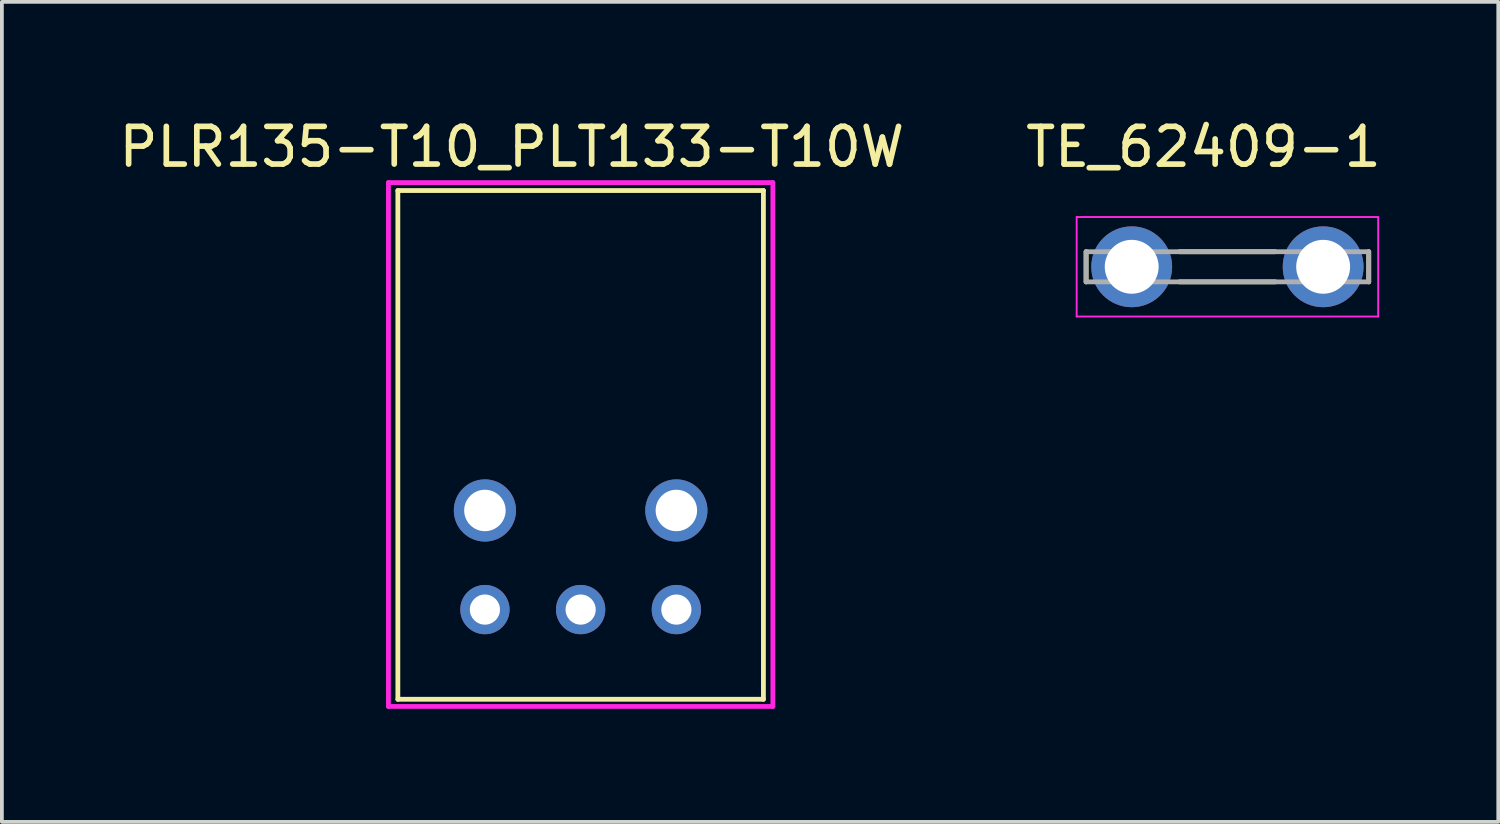
<source format=kicad_pcb>
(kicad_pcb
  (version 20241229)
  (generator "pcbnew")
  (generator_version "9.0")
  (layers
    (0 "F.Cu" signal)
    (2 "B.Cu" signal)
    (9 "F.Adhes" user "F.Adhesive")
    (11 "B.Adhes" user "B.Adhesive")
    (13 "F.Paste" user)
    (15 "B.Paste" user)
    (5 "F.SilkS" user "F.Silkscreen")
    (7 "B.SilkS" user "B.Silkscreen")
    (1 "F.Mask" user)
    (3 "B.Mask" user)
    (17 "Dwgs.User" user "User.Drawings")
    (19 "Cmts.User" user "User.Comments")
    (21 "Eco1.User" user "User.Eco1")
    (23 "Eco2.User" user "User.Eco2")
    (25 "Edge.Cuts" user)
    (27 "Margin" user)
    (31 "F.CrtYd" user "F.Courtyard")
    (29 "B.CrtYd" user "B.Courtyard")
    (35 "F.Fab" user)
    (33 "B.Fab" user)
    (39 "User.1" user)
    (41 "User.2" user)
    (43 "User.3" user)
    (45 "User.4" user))
  (footprint "TE_62409-1"
    (layer "F.Cu")
    (at 29.519 4.029)
    (property "Reference" "TE_62409-1" (at -0.636 -3.18 0) (layer "F.SilkS") (effects (font (size 1.002 1.002) (thickness 0.15))))
    (attr through_hole)
    (fp_line (start -3.75 -0.4) (end -3.75 0.4) (stroke (width 0.127) (type solid)) (layer "F.SilkS"))
    (fp_line (start -1.27 -0.4) (end 1.27 -0.4) (stroke (width 0.127) (type solid)) (layer "F.SilkS"))
    (fp_line (start -1.27 0.4) (end 1.27 0.4) (stroke (width 0.127) (type solid)) (layer "F.SilkS"))
    (fp_line (start 3.75 -0.4) (end 3.75 0.4) (stroke (width 0.127) (type solid)) (layer "F.SilkS"))
    (fp_line (start -4 -1.32) (end 4 -1.32) (stroke (width 0.05) (type solid)) (layer "F.CrtYd"))
    (fp_line (start -4 1.32) (end -4 -1.32) (stroke (width 0.05) (type solid)) (layer "F.CrtYd"))
    (fp_line (start 4 -1.32) (end 4 1.32) (stroke (width 0.05) (type solid)) (layer "F.CrtYd"))
    (fp_line (start 4 1.32) (end -4 1.32) (stroke (width 0.05) (type solid)) (layer "F.CrtYd"))
    (fp_line (start -3.75 -0.4) (end 3.75 -0.4) (stroke (width 0.127) (type solid)) (layer "F.Fab"))
    (fp_line (start -3.75 0.4) (end -3.75 -0.4) (stroke (width 0.127) (type solid)) (layer "F.Fab"))
    (fp_line (start 3.75 -0.4) (end 3.75 0.4) (stroke (width 0.127) (type solid)) (layer "F.Fab"))
    (fp_line (start 3.75 0.4) (end -3.75 0.4) (stroke (width 0.127) (type solid)) (layer "F.Fab"))
    (pad "1" thru_hole circle (at -2.54 0) (size 2.145 2.145) (drill 1.43) (layers "*.Cu" "*.Mask"))
    (pad "2" thru_hole circle (at 2.54 0) (size 2.145 2.145) (drill 1.43) (layers "*.Cu" "*.Mask")))
  (footprint "PLR135-T10_PLT133-T10W"
    (layer "F.Cu")
    (at 12.357 10.495)
    (property "Reference" "PLR135-T10_PLT133-T10W" (at -1.827 -9.647 0) (layer "F.SilkS") (effects (font (size 1 1) (thickness 0.15))))
    (attr through_hole)
    (fp_line (start -4.85 -8.49) (end -4.85 5.01) (stroke (width 0.127) (type solid)) (layer "F.SilkS"))
    (fp_line (start 4.85 -8.49) (end -4.85 -8.49) (stroke (width 0.127) (type solid)) (layer "F.SilkS"))
    (fp_line (start 4.85 -8.49) (end 4.85 5.01) (stroke (width 0.127) (type solid)) (layer "F.SilkS"))
    (fp_line (start 4.85 5.01) (end -4.85 5.01) (stroke (width 0.127) (type solid)) (layer "F.SilkS"))
    (fp_line (start -5.1 -8.7) (end 5.1 -8.7) (stroke (width 0.127) (type solid)) (layer "F.CrtYd"))
    (fp_line (start -5.1 5.2) (end -5.1 -8.7) (stroke (width 0.127) (type solid)) (layer "F.CrtYd"))
    (fp_line (start 5.1 -8.7) (end 5.1 5.2) (stroke (width 0.127) (type solid)) (layer "F.CrtYd"))
    (fp_line (start 5.1 5.2) (end -5.1 5.2) (stroke (width 0.127) (type solid)) (layer "F.CrtYd"))
    (pad "1" thru_hole circle (at 2.54 2.63) (size 1.308 1.308) (drill 0.8) (layers "*.Cu" "*.Mask"))
    (pad "2" thru_hole circle (at 0 2.63) (size 1.308 1.308) (drill 0.8) (layers "*.Cu" "*.Mask"))
    (pad "3" thru_hole circle (at -2.54 2.63) (size 1.308 1.308) (drill 0.8) (layers "*.Cu" "*.Mask"))
    (pad "NC1" thru_hole circle (at 2.54 0) (size 1.65 1.65) (drill 1.1) (layers "*.Cu" "*.Mask"))
    (pad "NC2" thru_hole circle (at -2.54 0) (size 1.65 1.65) (drill 1.1) (layers "*.Cu" "*.Mask")))
  (gr_rect
    (start -3 -3)
    (end 36.706 18.759)
    (stroke (width 0.1) (type default))
    (fill no)
    (layer "Edge.Cuts")))
</source>
